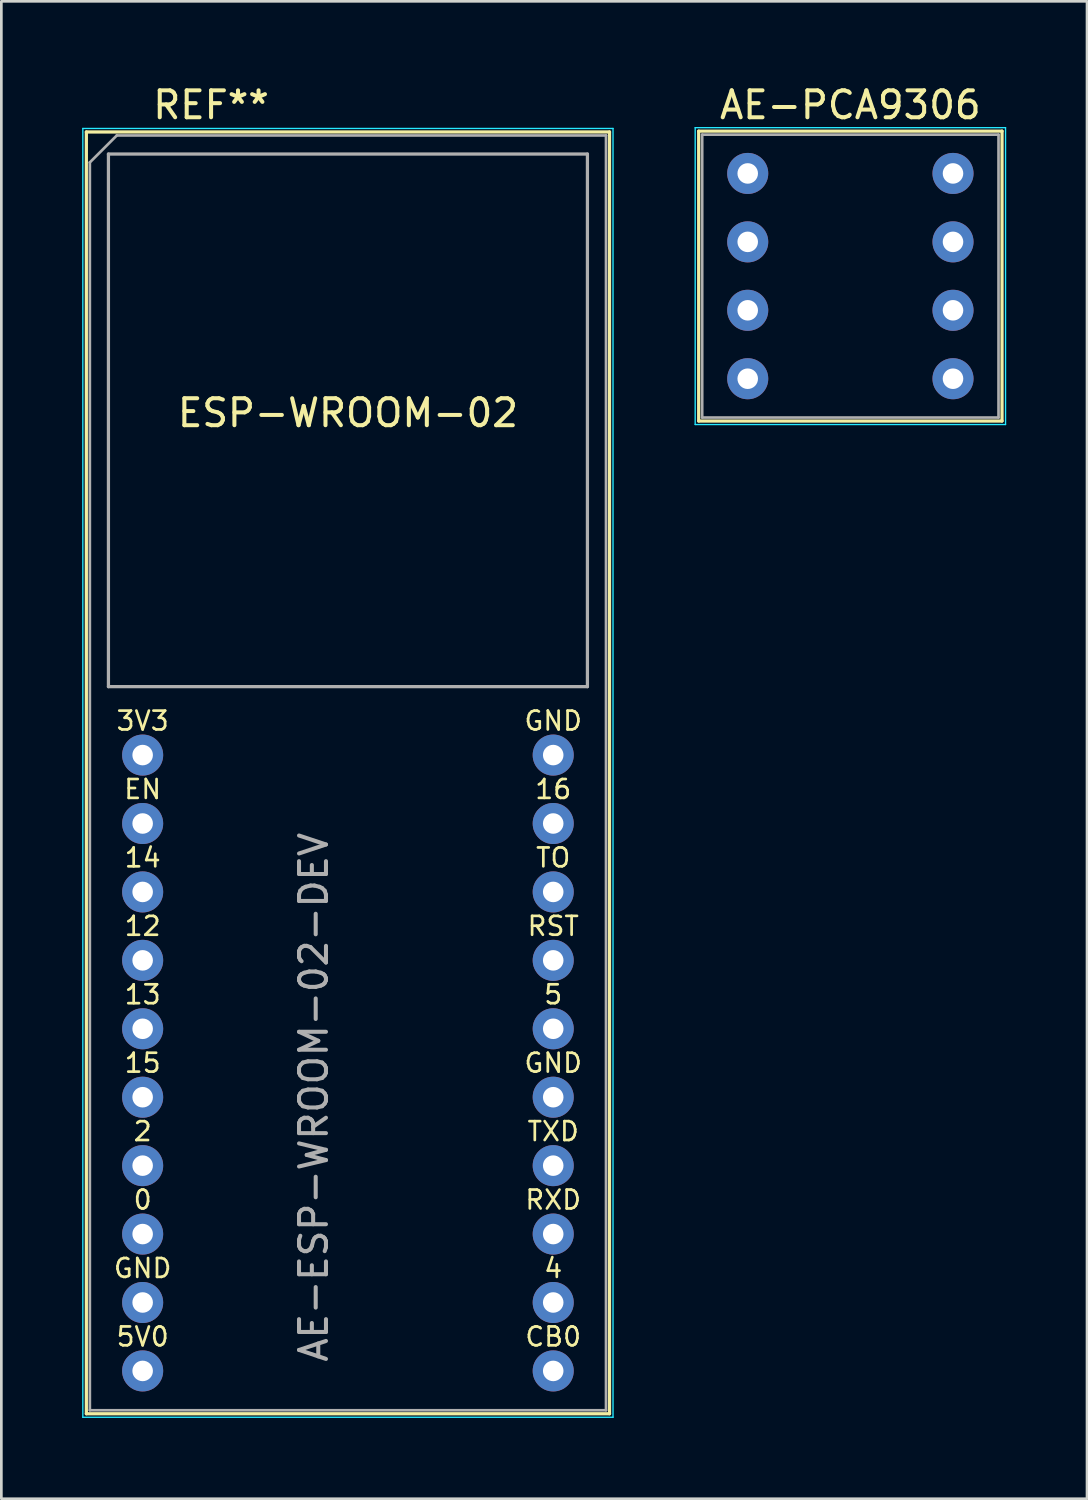
<source format=kicad_pcb>
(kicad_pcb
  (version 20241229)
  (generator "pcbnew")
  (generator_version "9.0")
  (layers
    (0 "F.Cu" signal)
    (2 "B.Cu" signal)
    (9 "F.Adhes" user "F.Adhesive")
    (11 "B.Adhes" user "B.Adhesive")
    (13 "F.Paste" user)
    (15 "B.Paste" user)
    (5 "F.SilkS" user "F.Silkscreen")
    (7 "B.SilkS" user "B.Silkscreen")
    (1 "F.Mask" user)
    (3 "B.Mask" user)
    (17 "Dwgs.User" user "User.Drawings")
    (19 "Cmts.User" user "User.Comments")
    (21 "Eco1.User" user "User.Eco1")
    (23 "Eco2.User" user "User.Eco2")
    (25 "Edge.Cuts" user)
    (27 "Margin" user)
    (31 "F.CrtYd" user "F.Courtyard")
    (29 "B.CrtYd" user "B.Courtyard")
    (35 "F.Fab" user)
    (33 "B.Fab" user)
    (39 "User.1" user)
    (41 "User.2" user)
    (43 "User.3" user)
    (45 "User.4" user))
  (footprint "AE-PCA9306"
    (layer "F.Cu")
    (at 24.705 3.388)
    (property "Reference" "AE-PCA9306" (at 3.81 -2.54 0) (layer "F.SilkS") (effects (font (size 1 1) (thickness 0.15))))
    (attr through_hole)
    (fp_line (start -1.82 -1.57) (end -1.82 9.19) (stroke (width 0.12) (type solid)) (layer "F.SilkS"))
    (fp_line (start -1.82 9.19) (end 9.44 9.19) (stroke (width 0.12) (type solid)) (layer "F.SilkS"))
    (fp_line (start 9.44 -1.57) (end -1.82 -1.57) (stroke (width 0.12) (type solid)) (layer "F.SilkS"))
    (fp_line (start 9.44 9.19) (end 9.44 -1.57) (stroke (width 0.12) (type solid)) (layer "F.SilkS"))
    (fp_line (start -1.95 -1.7) (end -1.95 9.32) (stroke (width 0.05) (type solid)) (layer "B.CrtYd"))
    (fp_line (start -1.95 9.32) (end 9.57 9.32) (stroke (width 0.05) (type solid)) (layer "B.CrtYd"))
    (fp_line (start 9.57 -1.7) (end -1.95 -1.7) (stroke (width 0.05) (type solid)) (layer "B.CrtYd"))
    (fp_line (start 9.57 9.32) (end 9.57 -1.7) (stroke (width 0.05) (type solid)) (layer "B.CrtYd"))
    (fp_line (start -1.69 -1.44) (end -1.69 9.06) (stroke (width 0.1) (type solid)) (layer "F.Fab"))
    (fp_line (start -1.69 9.06) (end 9.31 9.06) (stroke (width 0.1) (type solid)) (layer "F.Fab"))
    (fp_line (start 9.31 -1.44) (end -1.69 -1.44) (stroke (width 0.1) (type solid)) (layer "F.Fab"))
    (fp_line (start 9.31 9.06) (end 9.31 -1.44) (stroke (width 0.1) (type solid)) (layer "F.Fab"))
    (pad "1" thru_hole circle (at 0 0) (size 1.524 1.524) (drill 0.762) (layers "*.Cu" "*.Mask"))
    (pad "2" thru_hole circle (at 0 2.54) (size 1.524 1.524) (drill 0.762) (layers "*.Cu" "*.Mask"))
    (pad "3" thru_hole circle (at 0 5.08) (size 1.524 1.524) (drill 0.762) (layers "*.Cu" "*.Mask"))
    (pad "4" thru_hole circle (at 0 7.62) (size 1.524 1.524) (drill 0.762) (layers "*.Cu" "*.Mask"))
    (pad "5" thru_hole circle (at 7.62 7.62) (size 1.524 1.524) (drill 0.762) (layers "*.Cu" "*.Mask"))
    (pad "6" thru_hole circle (at 7.62 5.08) (size 1.524 1.524) (drill 0.762) (layers "*.Cu" "*.Mask"))
    (pad "7" thru_hole circle (at 7.62 2.54) (size 1.524 1.524) (drill 0.762) (layers "*.Cu" "*.Mask"))
    (pad "8" thru_hole circle (at 7.62 0) (size 1.524 1.524) (drill 0.762) (layers "*.Cu" "*.Mask")))
  (footprint "AE-ESP-WROOM-02-DEV"
    (layer "F.Cu")
    (at 2.245 24.978)
    (property "Reference" "AE-ESP-WROOM-02-DEV" (at 6.35 12.7 270) (layer "F.Fab") (effects (font (size 1 1) (thickness 0.15))))
    (attr through_hole)
    (fp_line (start -2.09 -23.13) (end -2.09 24.45) (stroke (width 0.12) (type solid)) (layer "F.SilkS"))
    (fp_line (start -2.09 24.45) (end 17.33 24.45) (stroke (width 0.12) (type solid)) (layer "F.SilkS"))
    (fp_line (start 17.33 -23.13) (end -2.09 -23.13) (stroke (width 0.12) (type solid)) (layer "F.SilkS"))
    (fp_line (start 17.33 24.45) (end 17.33 -23.13) (stroke (width 0.12) (type solid)) (layer "F.SilkS"))
    (fp_line (start -2.22 -23.26) (end -2.22 24.58) (stroke (width 0.05) (type solid)) (layer "B.CrtYd"))
    (fp_line (start -2.22 24.58) (end 17.46 24.58) (stroke (width 0.05) (type solid)) (layer "B.CrtYd"))
    (fp_line (start 17.46 -23.26) (end -2.22 -23.26) (stroke (width 0.05) (type solid)) (layer "B.CrtYd"))
    (fp_line (start 17.46 24.58) (end 17.46 -23.26) (stroke (width 0.05) (type solid)) (layer "B.CrtYd"))
    (fp_line (start -1.96 -22) (end -1.96 24.32) (stroke (width 0.1) (type solid)) (layer "F.Fab"))
    (fp_line (start -1.96 24.32) (end 17.2 24.32) (stroke (width 0.1) (type solid)) (layer "F.Fab"))
    (fp_line (start -1.27 -22.31) (end -1.27 -2.54) (stroke (width 0.12) (type solid)) (layer "F.Fab"))
    (fp_line (start -1.27 -2.54) (end 16.51 -2.54) (stroke (width 0.12) (type solid)) (layer "F.Fab"))
    (fp_line (start -0.96 -23) (end -1.96 -22) (stroke (width 0.1) (type solid)) (layer "F.Fab"))
    (fp_line (start 16.51 -22.31) (end -1.27 -22.31) (stroke (width 0.12) (type solid)) (layer "F.Fab"))
    (fp_line (start 16.51 -2.54) (end 16.51 -22.31) (stroke (width 0.12) (type solid)) (layer "F.Fab"))
    (fp_line (start 17.2 -23) (end -0.96 -23) (stroke (width 0.1) (type solid)) (layer "F.Fab"))
    (fp_line (start 17.2 24.32) (end 17.2 -23) (stroke (width 0.1) (type solid)) (layer "F.Fab"))
    (fp_text user "3V3" (at 0 -1.27 0) (layer "F.SilkS") (effects (font (size 0.7 0.7) (thickness 0.1))))
    (fp_text user "5V0" (at 0 21.59 0) (layer "F.SilkS") (effects (font (size 0.7 0.7) (thickness 0.1))))
    (fp_text user "REF**" (at 2.54 -24.13 0) (layer "F.SilkS") (effects (font (size 1 1) (thickness 0.15))))
    (fp_text user "14" (at 0 3.81 0) (layer "F.SilkS") (effects (font (size 0.7 0.7) (thickness 0.1))))
    (fp_text user "5" (at 15.24 8.89 0) (layer "F.SilkS") (effects (font (size 0.7 0.7) (thickness 0.1))))
    (fp_text user "0" (at 0 16.51 0) (layer "F.SilkS") (effects (font (size 0.7 0.7) (thickness 0.1))))
    (fp_text user "GND" (at 15.24 -1.27 0) (layer "F.SilkS") (effects (font (size 0.7 0.7) (thickness 0.1))))
    (fp_text user "RST" (at 15.24 6.35 0) (layer "F.SilkS") (effects (font (size 0.7 0.7) (thickness 0.1))))
    (fp_text user "TO" (at 15.24 3.81 0) (layer "F.SilkS") (effects (font (size 0.7 0.7) (thickness 0.1))))
    (fp_text user "12" (at 0 6.35 0) (layer "F.SilkS") (effects (font (size 0.7 0.7) (thickness 0.1))))
    (fp_text user "2" (at 0 13.97 0) (layer "F.SilkS") (effects (font (size 0.7 0.7) (thickness 0.1))))
    (fp_text user "ESP-WROOM-02" (at 7.62 -12.7 0) (layer "F.SilkS") (effects (font (size 1 1) (thickness 0.15))))
    (fp_text user "15" (at 0 11.43 0) (layer "F.SilkS") (effects (font (size 0.7 0.7) (thickness 0.1))))
    (fp_text user "GND" (at 0 19.05 0) (layer "F.SilkS") (effects (font (size 0.7 0.7) (thickness 0.1))))
    (fp_text user "EN" (at 0 1.27 0) (layer "F.SilkS") (effects (font (size 0.7 0.7) (thickness 0.1))))
    (fp_text user "GND" (at 15.24 11.43 0) (layer "F.SilkS") (effects (font (size 0.7 0.7) (thickness 0.1))))
    (fp_text user "16" (at 15.24 1.27 0) (layer "F.SilkS") (effects (font (size 0.7 0.7) (thickness 0.1))))
    (fp_text user "TXD" (at 15.24 13.97 0) (layer "F.SilkS") (effects (font (size 0.7 0.7) (thickness 0.1))))
    (fp_text user "CB0" (at 15.24 21.59 0) (layer "F.SilkS") (effects (font (size 0.7 0.7) (thickness 0.1))))
    (fp_text user "13" (at 0 8.89 0) (layer "F.SilkS") (effects (font (size 0.7 0.7) (thickness 0.1))))
    (fp_text user "4" (at 15.24 19.05 0) (layer "F.SilkS") (effects (font (size 0.7 0.7) (thickness 0.1))))
    (fp_text user "RXD" (at 15.24 16.51 0) (layer "F.SilkS") (effects (font (size 0.7 0.7) (thickness 0.1))))
    (pad "1" thru_hole circle (at 0 0) (size 1.524 1.524) (drill 0.762) (layers "*.Cu" "*.Mask"))
    (pad "2" thru_hole circle (at 0 2.54) (size 1.524 1.524) (drill 0.762) (layers "*.Cu" "*.Mask"))
    (pad "3" thru_hole circle (at 0 5.08) (size 1.524 1.524) (drill 0.762) (layers "*.Cu" "*.Mask"))
    (pad "4" thru_hole circle (at 0 7.62) (size 1.524 1.524) (drill 0.762) (layers "*.Cu" "*.Mask"))
    (pad "5" thru_hole circle (at 0 10.16) (size 1.524 1.524) (drill 0.762) (layers "*.Cu" "*.Mask"))
    (pad "6" thru_hole circle (at 0 12.7) (size 1.524 1.524) (drill 0.762) (layers "*.Cu" "*.Mask"))
    (pad "7" thru_hole circle (at 0 15.24) (size 1.524 1.524) (drill 0.762) (layers "*.Cu" "*.Mask"))
    (pad "8" thru_hole circle (at 0 17.78) (size 1.524 1.524) (drill 0.762) (layers "*.Cu" "*.Mask"))
    (pad "9" thru_hole circle (at 0 20.32) (size 1.524 1.524) (drill 0.762) (layers "*.Cu" "*.Mask"))
    (pad "10" thru_hole circle (at 0 22.86) (size 1.524 1.524) (drill 0.762) (layers "*.Cu" "*.Mask"))
    (pad "11" thru_hole circle (at 15.24 22.86) (size 1.524 1.524) (drill 0.762) (layers "*.Cu" "*.Mask"))
    (pad "12" thru_hole circle (at 15.24 20.32) (size 1.524 1.524) (drill 0.762) (layers "*.Cu" "*.Mask"))
    (pad "13" thru_hole circle (at 15.24 17.78) (size 1.524 1.524) (drill 0.762) (layers "*.Cu" "*.Mask"))
    (pad "14" thru_hole circle (at 15.24 15.24) (size 1.524 1.524) (drill 0.762) (layers "*.Cu" "*.Mask"))
    (pad "15" thru_hole circle (at 15.24 12.7) (size 1.524 1.524) (drill 0.762) (layers "*.Cu" "*.Mask"))
    (pad "16" thru_hole circle (at 15.24 10.16) (size 1.524 1.524) (drill 0.762) (layers "*.Cu" "*.Mask"))
    (pad "17" thru_hole circle (at 15.24 7.62) (size 1.524 1.524) (drill 0.762) (layers "*.Cu" "*.Mask"))
    (pad "18" thru_hole circle (at 15.24 5.08) (size 1.524 1.524) (drill 0.762) (layers "*.Cu" "*.Mask"))
    (pad "19" thru_hole circle (at 15.24 2.54) (size 1.524 1.524) (drill 0.762) (layers "*.Cu" "*.Mask"))
    (pad "20" thru_hole circle (at 15.24 0) (size 1.524 1.524) (drill 0.762) (layers "*.Cu" "*.Mask")))
  (gr_rect
    (start -3 -3)
    (end 37.3 52.583)
    (stroke (width 0.1) (type default))
    (fill no)
    (layer "Edge.Cuts")))
</source>
